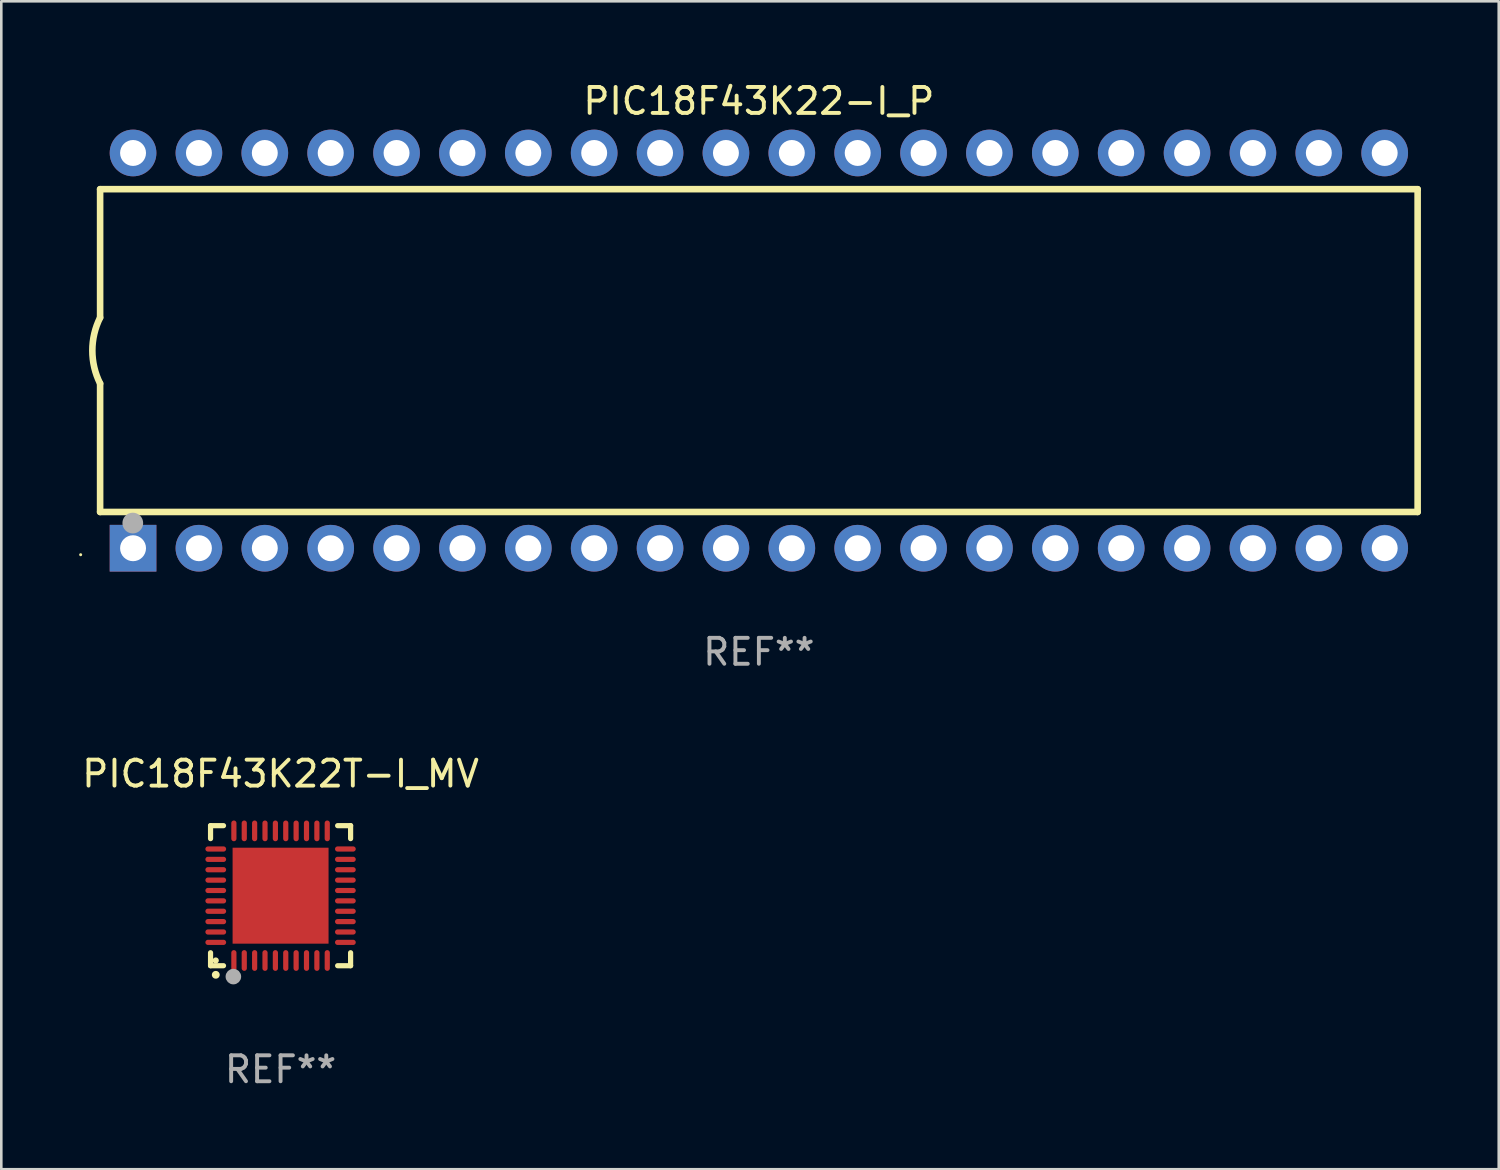
<source format=kicad_pcb>
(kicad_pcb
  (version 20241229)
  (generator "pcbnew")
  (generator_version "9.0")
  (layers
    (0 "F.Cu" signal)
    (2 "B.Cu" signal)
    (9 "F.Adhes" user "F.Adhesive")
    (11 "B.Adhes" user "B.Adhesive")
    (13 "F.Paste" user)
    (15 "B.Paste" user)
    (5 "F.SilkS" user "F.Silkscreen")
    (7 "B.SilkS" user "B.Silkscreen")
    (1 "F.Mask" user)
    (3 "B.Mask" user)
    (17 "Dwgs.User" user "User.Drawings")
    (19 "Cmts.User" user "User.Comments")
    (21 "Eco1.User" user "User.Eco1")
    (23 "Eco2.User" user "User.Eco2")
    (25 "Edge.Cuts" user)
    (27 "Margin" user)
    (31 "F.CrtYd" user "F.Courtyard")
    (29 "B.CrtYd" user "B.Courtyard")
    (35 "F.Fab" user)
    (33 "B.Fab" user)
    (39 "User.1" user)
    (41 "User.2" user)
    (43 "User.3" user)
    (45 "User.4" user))
  (footprint "PIC18F43K22-I_P"
    (layer "F.Cu")
    (at 26.21 10.468)
    (property "Reference" "PIC18F43K22-I_P" (at 0 -9.62 0) (layer "F.SilkS") (effects (font (size 1 1) (thickness 0.15))))
    (attr through_hole)
    (fp_line (start -25.4 -6.224) (end -25.4 -1.271) (stroke (width 0.254) (type solid)) (layer "F.SilkS"))
    (fp_line (start -25.4 -6.224) (end 25.4 -6.224) (stroke (width 0.254) (type solid)) (layer "F.SilkS"))
    (fp_line (start -25.4 1.269) (end -25.4 6.222) (stroke (width 0.254) (type solid)) (layer "F.SilkS"))
    (fp_line (start -25.4 6.222) (end 25.4 6.222) (stroke (width 0.254) (type solid)) (layer "F.SilkS"))
    (fp_line (start 25.4 6.222) (end 25.4 -6.224) (stroke (width 0.254) (type solid)) (layer "F.SilkS"))
    (fp_arc (start -25.4 1.269241) (mid -25.699807 -0.000762) (end -25.4 -1.270765) (stroke (width 0.254001) (type solid)) (layer "F.SilkS"))
    (fp_circle (center -26.15 7.87) (end -26.12 7.87) (stroke (width 0.06) (type solid)) (fill no) (layer "F.SilkS"))
    (fp_circle (center -24.14 6.65) (end -23.94 6.65) (stroke (width 0.4) (type solid)) (fill no) (layer "F.Fab"))
    (fp_text user "REF**" (at 0 11.62 0) (layer "F.Fab") (effects (font (size 1 1) (thickness 0.15))))
    (pad "1" thru_hole rect (at -24.13 7.62 90) (size 1.8 1.8) (drill 1) (layers "*.Cu" "*.Mask"))
    (pad "2" thru_hole circle (at -21.59 7.62) (size 1.8 1.8) (drill 1) (layers "*.Cu" "*.Mask"))
    (pad "3" thru_hole circle (at -19.05 7.62) (size 1.8 1.8) (drill 1) (layers "*.Cu" "*.Mask"))
    (pad "4" thru_hole circle (at -16.51 7.62) (size 1.8 1.8) (drill 1) (layers "*.Cu" "*.Mask"))
    (pad "5" thru_hole circle (at -13.97 7.62) (size 1.8 1.8) (drill 1) (layers "*.Cu" "*.Mask"))
    (pad "6" thru_hole circle (at -11.43 7.62) (size 1.8 1.8) (drill 1) (layers "*.Cu" "*.Mask"))
    (pad "7" thru_hole circle (at -8.89 7.62) (size 1.8 1.8) (drill 1) (layers "*.Cu" "*.Mask"))
    (pad "8" thru_hole circle (at -6.35 7.62) (size 1.8 1.8) (drill 1) (layers "*.Cu" "*.Mask"))
    (pad "9" thru_hole circle (at -3.81 7.62) (size 1.8 1.8) (drill 1) (layers "*.Cu" "*.Mask"))
    (pad "10" thru_hole circle (at -1.27 7.62) (size 1.8 1.8) (drill 1) (layers "*.Cu" "*.Mask"))
    (pad "11" thru_hole circle (at 1.27 7.62) (size 1.8 1.8) (drill 1) (layers "*.Cu" "*.Mask"))
    (pad "12" thru_hole circle (at 3.81 7.62) (size 1.8 1.8) (drill 1) (layers "*.Cu" "*.Mask"))
    (pad "13" thru_hole circle (at 6.35 7.62) (size 1.8 1.8) (drill 1) (layers "*.Cu" "*.Mask"))
    (pad "14" thru_hole circle (at 8.89 7.62) (size 1.8 1.8) (drill 1) (layers "*.Cu" "*.Mask"))
    (pad "15" thru_hole circle (at 11.43 7.62) (size 1.8 1.8) (drill 1) (layers "*.Cu" "*.Mask"))
    (pad "16" thru_hole circle (at 13.97 7.62) (size 1.8 1.8) (drill 1) (layers "*.Cu" "*.Mask"))
    (pad "17" thru_hole circle (at 16.51 7.62) (size 1.8 1.8) (drill 1) (layers "*.Cu" "*.Mask"))
    (pad "18" thru_hole circle (at 19.05 7.62) (size 1.8 1.8) (drill 1) (layers "*.Cu" "*.Mask"))
    (pad "19" thru_hole circle (at 21.59 7.62) (size 1.8 1.8) (drill 1) (layers "*.Cu" "*.Mask"))
    (pad "20" thru_hole circle (at 24.13 7.62) (size 1.8 1.8) (drill 1) (layers "*.Cu" "*.Mask"))
    (pad "21" thru_hole circle (at 24.13 -7.62) (size 1.8 1.8) (drill 1) (layers "*.Cu" "*.Mask"))
    (pad "22" thru_hole circle (at 21.59 -7.62) (size 1.8 1.8) (drill 1) (layers "*.Cu" "*.Mask"))
    (pad "23" thru_hole circle (at 19.05 -7.62) (size 1.8 1.8) (drill 1) (layers "*.Cu" "*.Mask"))
    (pad "24" thru_hole circle (at 16.51 -7.62) (size 1.8 1.8) (drill 1) (layers "*.Cu" "*.Mask"))
    (pad "25" thru_hole circle (at 13.97 -7.62) (size 1.8 1.8) (drill 1) (layers "*.Cu" "*.Mask"))
    (pad "26" thru_hole circle (at 11.43 -7.62) (size 1.8 1.8) (drill 1) (layers "*.Cu" "*.Mask"))
    (pad "27" thru_hole circle (at 8.89 -7.62) (size 1.8 1.8) (drill 1) (layers "*.Cu" "*.Mask"))
    (pad "28" thru_hole circle (at 6.35 -7.62) (size 1.8 1.8) (drill 1) (layers "*.Cu" "*.Mask"))
    (pad "29" thru_hole circle (at 3.81 -7.62) (size 1.8 1.8) (drill 1) (layers "*.Cu" "*.Mask"))
    (pad "30" thru_hole circle (at 1.27 -7.62) (size 1.8 1.8) (drill 1) (layers "*.Cu" "*.Mask"))
    (pad "31" thru_hole circle (at -1.27 -7.62) (size 1.8 1.8) (drill 1) (layers "*.Cu" "*.Mask"))
    (pad "32" thru_hole circle (at -3.81 -7.62) (size 1.8 1.8) (drill 1) (layers "*.Cu" "*.Mask"))
    (pad "33" thru_hole circle (at -6.35 -7.62) (size 1.8 1.8) (drill 1) (layers "*.Cu" "*.Mask"))
    (pad "34" thru_hole circle (at -8.89 -7.62) (size 1.8 1.8) (drill 1) (layers "*.Cu" "*.Mask"))
    (pad "35" thru_hole circle (at -11.43 -7.62) (size 1.8 1.8) (drill 1) (layers "*.Cu" "*.Mask"))
    (pad "36" thru_hole circle (at -13.97 -7.62) (size 1.8 1.8) (drill 1) (layers "*.Cu" "*.Mask"))
    (pad "37" thru_hole circle (at -16.51 -7.62) (size 1.8 1.8) (drill 1) (layers "*.Cu" "*.Mask"))
    (pad "38" thru_hole circle (at -19.05 -7.62) (size 1.8 1.8) (drill 1) (layers "*.Cu" "*.Mask"))
    (pad "39" thru_hole circle (at -21.59 -7.62) (size 1.8 1.8) (drill 1) (layers "*.Cu" "*.Mask"))
    (pad "40" thru_hole circle (at -24.13 -7.62) (size 1.8 1.8) (drill 1) (layers "*.Cu" "*.Mask")))
  (footprint "PIC18F43K22T-I_MV"
    (layer "F.Cu")
    (at 7.768 31.485)
    (property "Reference" "PIC18F43K22T-I_MV" (at 0 -4.7 0) (layer "F.SilkS") (effects (font (size 1 1) (thickness 0.15))))
    (attr through_hole)
    (fp_line (start -2.7 -2.7) (end -2.7 -2.2) (stroke (width 0.2) (type solid)) (layer "F.SilkS"))
    (fp_line (start -2.7 2.7) (end -2.7 2.2) (stroke (width 0.2) (type solid)) (layer "F.SilkS"))
    (fp_line (start -2.2 -2.7) (end -2.7 -2.7) (stroke (width 0.2) (type solid)) (layer "F.SilkS"))
    (fp_line (start -2.2 2.7) (end -2.7 2.7) (stroke (width 0.2) (type solid)) (layer "F.SilkS"))
    (fp_line (start 2.7 -2.7) (end 2.2 -2.7) (stroke (width 0.2) (type solid)) (layer "F.SilkS"))
    (fp_line (start 2.7 -2.2) (end 2.7 -2.7) (stroke (width 0.2) (type solid)) (layer "F.SilkS"))
    (fp_line (start 2.7 2.2) (end 2.7 2.7) (stroke (width 0.2) (type solid)) (layer "F.SilkS"))
    (fp_line (start 2.7 2.7) (end 2.2 2.7) (stroke (width 0.2) (type solid)) (layer "F.SilkS"))
    (fp_arc (start -2.499365 3.050546) (mid -2.498095 3.050541) (end -2.496825 3.050546) (stroke (width 0.3) (type solid)) (layer "F.SilkS"))
    (fp_circle (center -2.5 2.5) (end -2.44 2.5) (stroke (width 0.12) (type solid)) (fill no) (layer "F.SilkS"))
    (fp_circle (center -1.82 3.12) (end -1.67 3.12) (stroke (width 0.3) (type solid)) (fill no) (layer "F.Fab"))
    (fp_text user "REF**" (at 0 6.7 0) (layer "F.Fab") (effects (font (size 1 1) (thickness 0.15))))
    (pad "1" smd oval (at -1.8 2.499) (size 0.2 0.8) (layers "F.Cu" "F.Mask" "F.Paste"))
    (pad "2" smd oval (at -1.4 2.499) (size 0.2 0.8) (layers "F.Cu" "F.Mask" "F.Paste"))
    (pad "3" smd oval (at -1 2.499) (size 0.2 0.8) (layers "F.Cu" "F.Mask" "F.Paste"))
    (pad "4" smd oval (at -0.6 2.499) (size 0.2 0.8) (layers "F.Cu" "F.Mask" "F.Paste"))
    (pad "5" smd oval (at -0.2 2.499) (size 0.2 0.8) (layers "F.Cu" "F.Mask" "F.Paste"))
    (pad "6" smd oval (at 0.2 2.499) (size 0.2 0.8) (layers "F.Cu" "F.Mask" "F.Paste"))
    (pad "7" smd oval (at 0.6 2.499) (size 0.2 0.8) (layers "F.Cu" "F.Mask" "F.Paste"))
    (pad "8" smd oval (at 1 2.499) (size 0.2 0.8) (layers "F.Cu" "F.Mask" "F.Paste"))
    (pad "9" smd oval (at 1.4 2.499) (size 0.2 0.8) (layers "F.Cu" "F.Mask" "F.Paste"))
    (pad "10" smd oval (at 1.8 2.499) (size 0.2 0.8) (layers "F.Cu" "F.Mask" "F.Paste"))
    (pad "11" smd oval (at 2.499 1.8) (size 0.8 0.2) (layers "F.Cu" "F.Mask" "F.Paste"))
    (pad "12" smd oval (at 2.499 1.4) (size 0.8 0.2) (layers "F.Cu" "F.Mask" "F.Paste"))
    (pad "13" smd oval (at 2.499 1) (size 0.8 0.2) (layers "F.Cu" "F.Mask" "F.Paste"))
    (pad "14" smd oval (at 2.499 0.6) (size 0.8 0.2) (layers "F.Cu" "F.Mask" "F.Paste"))
    (pad "15" smd oval (at 2.499 0.2) (size 0.8 0.2) (layers "F.Cu" "F.Mask" "F.Paste"))
    (pad "16" smd oval (at 2.499 -0.2) (size 0.8 0.2) (layers "F.Cu" "F.Mask" "F.Paste"))
    (pad "17" smd oval (at 2.499 -0.6) (size 0.8 0.2) (layers "F.Cu" "F.Mask" "F.Paste"))
    (pad "18" smd oval (at 2.499 -1) (size 0.8 0.2) (layers "F.Cu" "F.Mask" "F.Paste"))
    (pad "19" smd oval (at 2.499 -1.4) (size 0.8 0.2) (layers "F.Cu" "F.Mask" "F.Paste"))
    (pad "20" smd oval (at 2.499 -1.8) (size 0.8 0.2) (layers "F.Cu" "F.Mask" "F.Paste"))
    (pad "21" smd oval (at 1.8 -2.499) (size 0.2 0.8) (layers "F.Cu" "F.Mask" "F.Paste"))
    (pad "22" smd oval (at 1.4 -2.499) (size 0.2 0.8) (layers "F.Cu" "F.Mask" "F.Paste"))
    (pad "23" smd oval (at 1 -2.499) (size 0.2 0.8) (layers "F.Cu" "F.Mask" "F.Paste"))
    (pad "24" smd oval (at 0.6 -2.499) (size 0.2 0.8) (layers "F.Cu" "F.Mask" "F.Paste"))
    (pad "25" smd oval (at 0.2 -2.499) (size 0.2 0.8) (layers "F.Cu" "F.Mask" "F.Paste"))
    (pad "26" smd oval (at -0.2 -2.499) (size 0.2 0.8) (layers "F.Cu" "F.Mask" "F.Paste"))
    (pad "27" smd oval (at -0.6 -2.499) (size 0.2 0.8) (layers "F.Cu" "F.Mask" "F.Paste"))
    (pad "28" smd oval (at -1 -2.499) (size 0.2 0.8) (layers "F.Cu" "F.Mask" "F.Paste"))
    (pad "29" smd oval (at -1.4 -2.499) (size 0.2 0.8) (layers "F.Cu" "F.Mask" "F.Paste"))
    (pad "30" smd oval (at -1.8 -2.499) (size 0.2 0.8) (layers "F.Cu" "F.Mask" "F.Paste"))
    (pad "31" smd oval (at -2.499 -1.8) (size 0.8 0.2) (layers "F.Cu" "F.Mask" "F.Paste"))
    (pad "32" smd oval (at -2.499 -1.4) (size 0.8 0.2) (layers "F.Cu" "F.Mask" "F.Paste"))
    (pad "33" smd oval (at -2.499 -1) (size 0.8 0.2) (layers "F.Cu" "F.Mask" "F.Paste"))
    (pad "34" smd oval (at -2.499 -0.6) (size 0.8 0.2) (layers "F.Cu" "F.Mask" "F.Paste"))
    (pad "35" smd oval (at -2.499 -0.2) (size 0.8 0.2) (layers "F.Cu" "F.Mask" "F.Paste"))
    (pad "36" smd oval (at -2.499 0.2) (size 0.8 0.2) (layers "F.Cu" "F.Mask" "F.Paste"))
    (pad "37" smd oval (at -2.499 0.6) (size 0.8 0.2) (layers "F.Cu" "F.Mask" "F.Paste"))
    (pad "38" smd oval (at -2.499 1) (size 0.8 0.2) (layers "F.Cu" "F.Mask" "F.Paste"))
    (pad "39" smd oval (at -2.499 1.4) (size 0.8 0.2) (layers "F.Cu" "F.Mask" "F.Paste"))
    (pad "40" smd oval (at -2.499 1.8) (size 0.8 0.2) (layers "F.Cu" "F.Mask" "F.Paste"))
    (pad "41" smd rect (at 0 0) (size 3.7 3.7) (layers "F.Cu" "F.Mask" "F.Paste")))
  (gr_rect
    (start -3 -3)
    (end 54.737 42.033)
    (stroke (width 0.1) (type default))
    (fill no)
    (layer "Edge.Cuts")))
</source>
